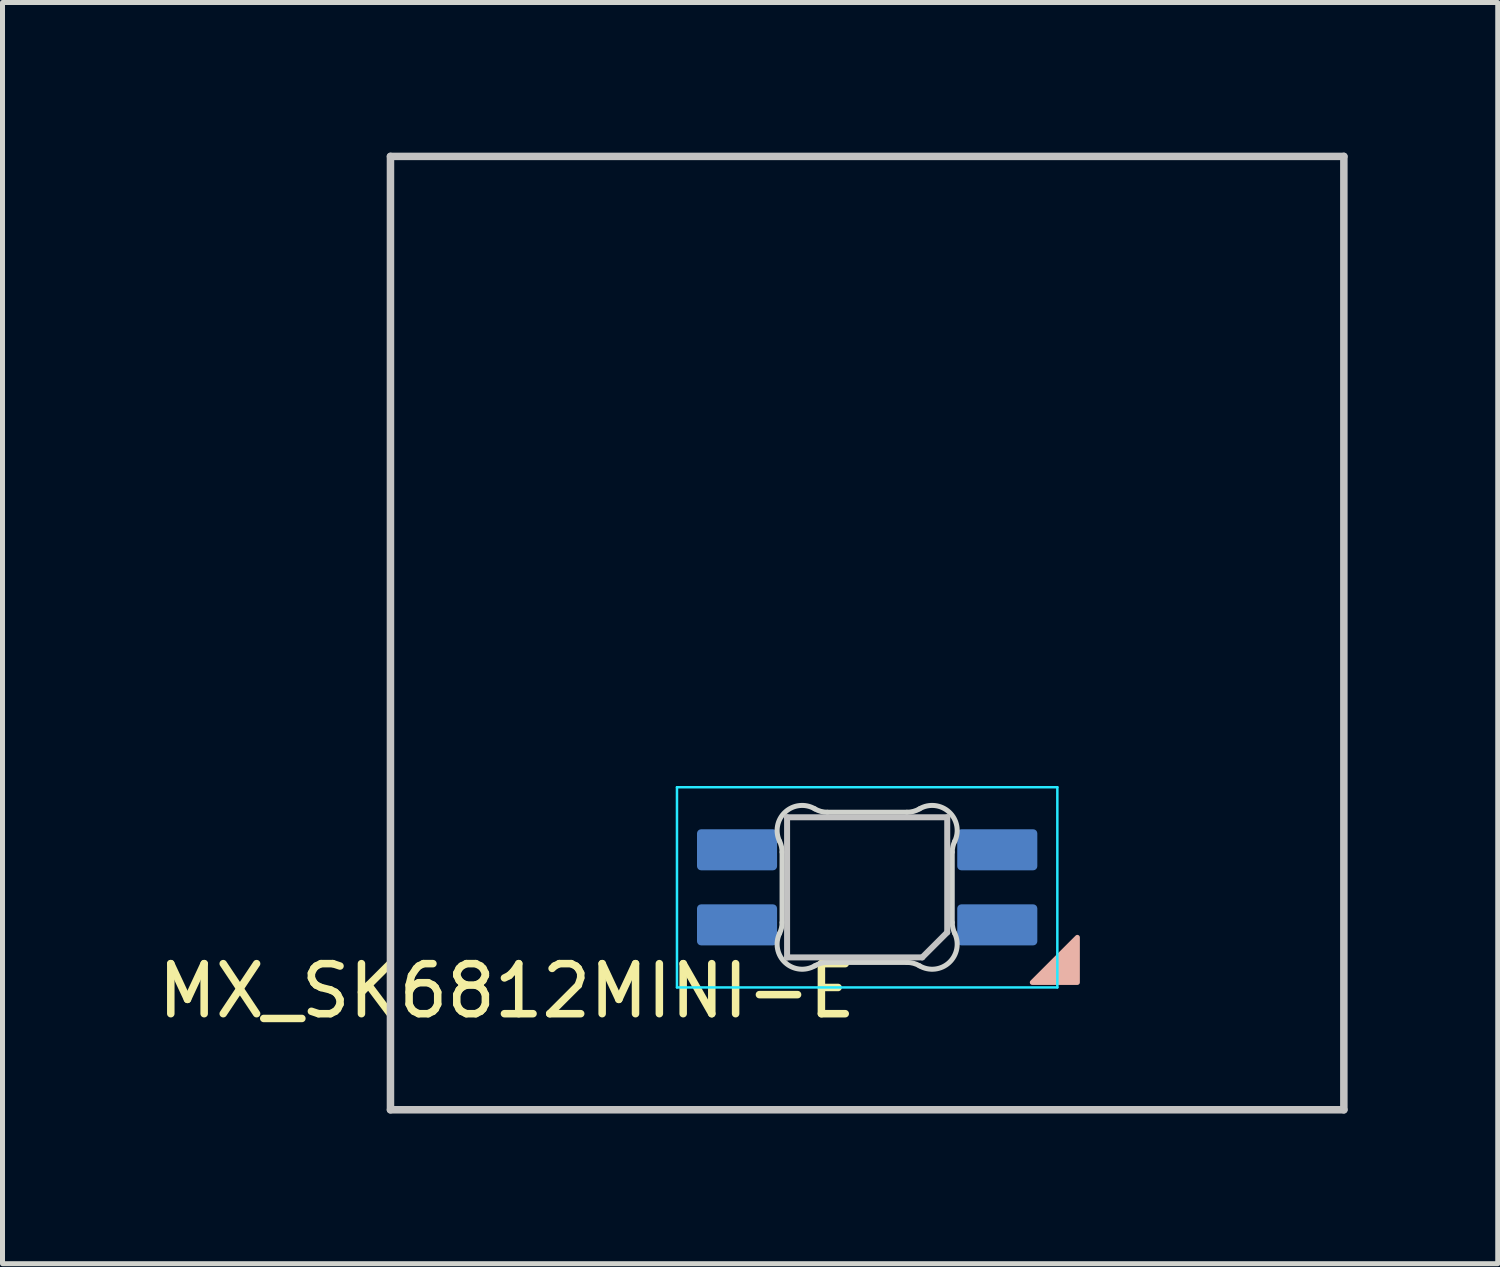
<source format=kicad_pcb>
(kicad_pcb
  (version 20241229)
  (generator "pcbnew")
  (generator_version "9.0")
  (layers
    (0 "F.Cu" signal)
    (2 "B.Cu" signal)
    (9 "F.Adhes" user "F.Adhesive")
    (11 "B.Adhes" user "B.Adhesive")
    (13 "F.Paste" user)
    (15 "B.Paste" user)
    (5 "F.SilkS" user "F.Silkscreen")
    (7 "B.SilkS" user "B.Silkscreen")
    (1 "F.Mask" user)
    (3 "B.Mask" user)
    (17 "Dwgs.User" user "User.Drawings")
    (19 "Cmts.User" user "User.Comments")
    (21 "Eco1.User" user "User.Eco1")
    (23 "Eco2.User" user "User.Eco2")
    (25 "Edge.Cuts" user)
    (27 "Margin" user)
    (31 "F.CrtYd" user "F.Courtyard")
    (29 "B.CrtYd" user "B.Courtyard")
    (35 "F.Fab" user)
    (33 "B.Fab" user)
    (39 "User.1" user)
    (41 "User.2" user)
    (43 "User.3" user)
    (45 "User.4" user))
  (footprint "MX_SK6812MINI-E"
    (layer "F.Cu")
    (at 14.277 9.6)
    (property "Reference" "MX_SK6812MINI-E" (at -7.2 7.15 0) (layer "F.SilkS") (effects (font (size 1 1) (thickness 0.15))))
    (attr through_hole)
    (fp_poly (pts (xy 4.2 6.08) (xy 3.3 6.98) (xy 4.2 6.98)) (stroke (width 0.1) (type solid)) (fill yes) (layer "B.SilkS"))
    (fp_line (start -9.525 -9.525) (end 9.525 -9.525) (stroke (width 0.15) (type solid)) (layer "Dwgs.User"))
    (fp_line (start -9.525 9.525) (end -9.525 -9.525) (stroke (width 0.15) (type solid)) (layer "Dwgs.User"))
    (fp_line (start -1.6 3.68) (end -1.6 6.48) (stroke (width 0.12) (type solid)) (layer "Dwgs.User"))
    (fp_line (start -1.6 6.48) (end 1.1 6.48) (stroke (width 0.12) (type solid)) (layer "Dwgs.User"))
    (fp_line (start 1.6 3.68) (end -1.6 3.68) (stroke (width 0.12) (type solid)) (layer "Dwgs.User"))
    (fp_line (start 1.6 5.98) (end 1.1 6.48) (stroke (width 0.12) (type solid)) (layer "Dwgs.User"))
    (fp_line (start 1.6 5.98) (end 1.6 3.68) (stroke (width 0.12) (type solid)) (layer "Dwgs.User"))
    (fp_line (start 9.525 -9.525) (end 9.525 9.525) (stroke (width 0.15) (type solid)) (layer "Dwgs.User"))
    (fp_line (start 9.525 9.525) (end -9.525 9.525) (stroke (width 0.15) (type solid)) (layer "Dwgs.User"))
    (fp_line (start -1.7 5.783) (end -1.7 4.377) (stroke (width 0.1) (type solid)) (layer "Edge.Cuts"))
    (fp_line (start -0.794 3.58) (end 0.794 3.58) (stroke (width 0.1) (type solid)) (layer "Edge.Cuts"))
    (fp_line (start 0.794 6.58) (end -0.794 6.58) (stroke (width 0.1) (type solid)) (layer "Edge.Cuts"))
    (fp_line (start 1.7 4.377) (end 1.7 5.783) (stroke (width 0.1) (type solid)) (layer "Edge.Cuts"))
    (fp_arc (start -1.749484 4.160279) (mid -1.712527 4.265931) (end -1.699999 4.377157) (stroke (width 0.1) (type solid)) (layer "Edge.Cuts"))
    (fp_arc (start -1.749484 4.160279) (mid -1.638071 3.575964) (end -1.046711 3.5117) (stroke (width 0.1) (type solid)) (layer "Edge.Cuts"))
    (fp_arc (start -1.699999 5.782842) (mid -1.712527 5.894067) (end -1.749484 5.999719) (stroke (width 0.1) (type solid)) (layer "Edge.Cuts"))
    (fp_arc (start -1.046711 6.648296) (mid -1.63807 6.584033) (end -1.749484 5.999719) (stroke (width 0.1) (type solid)) (layer "Edge.Cuts"))
    (fp_arc (start -1.04671 6.648298) (mid -0.925122 6.597376) (end -0.794452 6.579999) (stroke (width 0.1) (type solid)) (layer "Edge.Cuts"))
    (fp_arc (start -0.794453 3.579999) (mid -0.925123 3.562622) (end -1.046711 3.5117) (stroke (width 0.1) (type solid)) (layer "Edge.Cuts"))
    (fp_arc (start 0.794452 6.579999) (mid 0.925123 6.597376) (end 1.046711 6.648298) (stroke (width 0.1) (type solid)) (layer "Edge.Cuts"))
    (fp_arc (start 1.046711 3.511701) (mid 0.925123 3.562623) (end 0.794453 3.58) (stroke (width 0.1) (type solid)) (layer "Edge.Cuts"))
    (fp_arc (start 1.046711 3.511701) (mid 1.638071 3.575965) (end 1.749484 4.160279) (stroke (width 0.1) (type solid)) (layer "Edge.Cuts"))
    (fp_arc (start 1.699999 4.377156) (mid 1.712527 4.265931) (end 1.749484 4.160279) (stroke (width 0.1) (type solid)) (layer "Edge.Cuts"))
    (fp_arc (start 1.749484 5.999718) (mid 1.638072 6.584034) (end 1.046711 6.648298) (stroke (width 0.1) (type solid)) (layer "Edge.Cuts"))
    (fp_arc (start 1.749484 5.999719) (mid 1.712527 5.894067) (end 1.699999 5.782841) (stroke (width 0.1) (type solid)) (layer "Edge.Cuts"))
    (fp_line (start -3.8 3.08) (end -3.8 7.08) (stroke (width 0.05) (type solid)) (layer "B.CrtYd"))
    (fp_line (start -3.8 7.08) (end 3.8 7.08) (stroke (width 0.05) (type solid)) (layer "B.CrtYd"))
    (fp_line (start 3.8 3.08) (end -3.8 3.08) (stroke (width 0.05) (type solid)) (layer "B.CrtYd"))
    (fp_line (start 3.8 7.08) (end 3.8 3.08) (stroke (width 0.05) (type solid)) (layer "B.CrtYd"))
    (pad "1" smd roundrect (at -2.6 4.33 270) (size 0.82 1.6) (layers "B.Cu" "B.Mask" "B.Paste") (roundrect_rratio 0.1))
    (pad "2" smd roundrect (at -2.6 5.83 270) (size 0.82 1.6) (layers "B.Cu" "B.Mask" "B.Paste") (roundrect_rratio 0.1))
    (pad "3" smd roundrect (at 2.6 5.83 270) (size 0.82 1.6) (layers "B.Cu" "B.Mask" "B.Paste") (roundrect_rratio 0.1))
    (pad "4" smd roundrect (at 2.6 4.33 270) (size 0.82 1.6) (layers "B.Cu" "B.Mask" "B.Paste") (roundrect_rratio 0.1)))
  (gr_rect
    (start -3 -3)
    (end 26.877 22.2)
    (stroke (width 0.1) (type default))
    (fill no)
    (layer "Edge.Cuts")))
</source>
